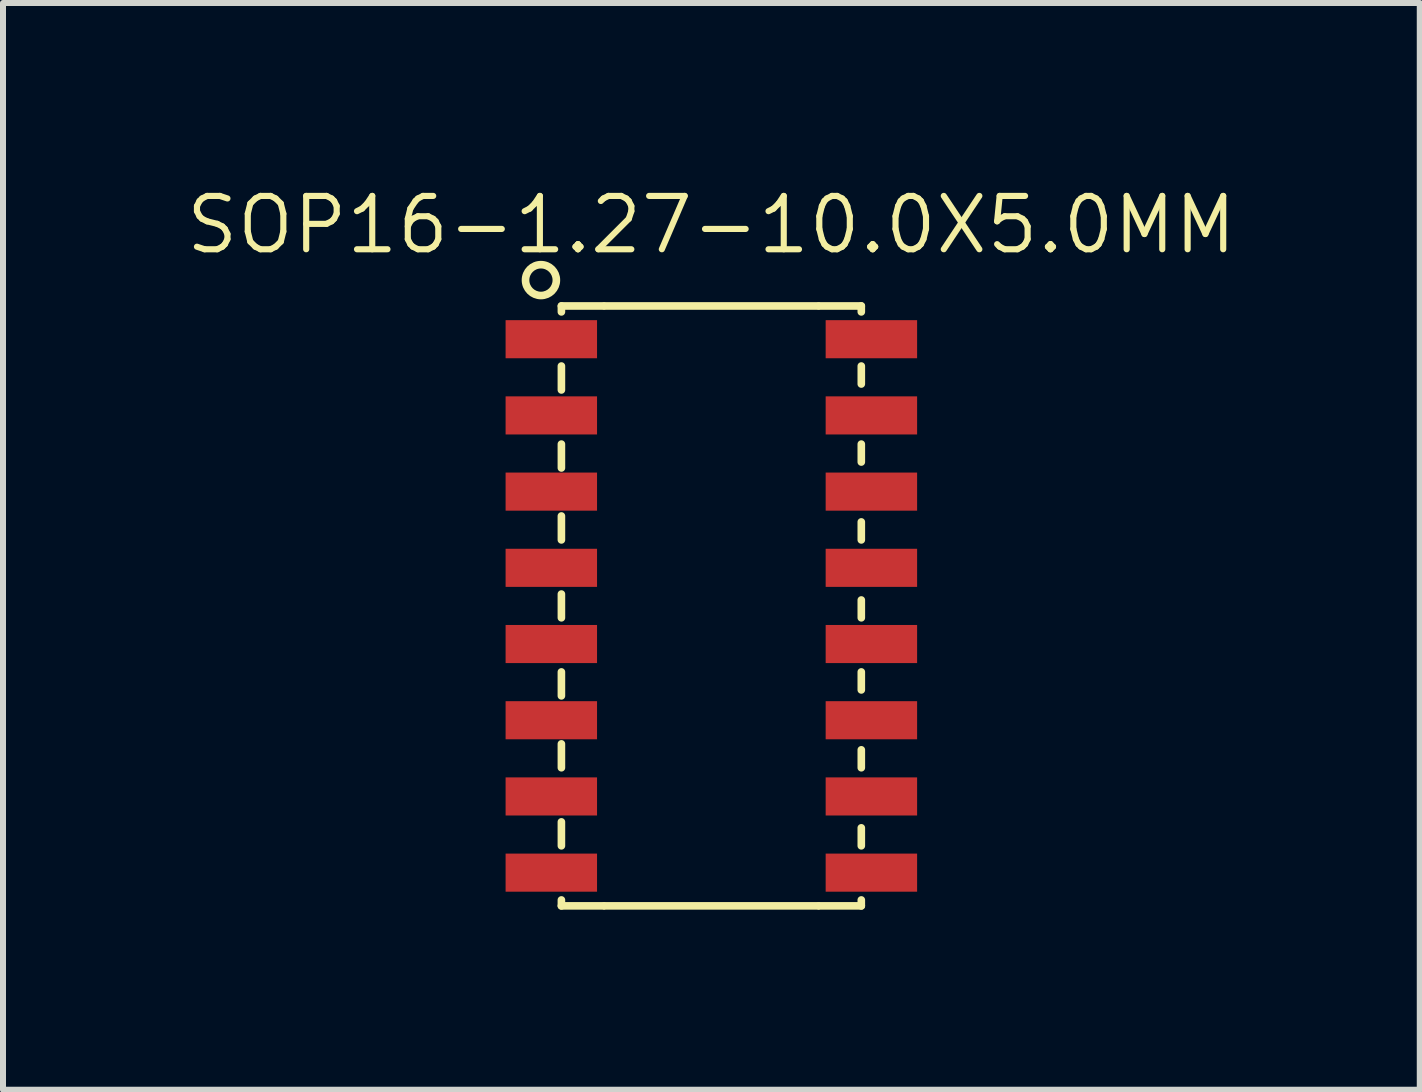
<source format=kicad_pcb>
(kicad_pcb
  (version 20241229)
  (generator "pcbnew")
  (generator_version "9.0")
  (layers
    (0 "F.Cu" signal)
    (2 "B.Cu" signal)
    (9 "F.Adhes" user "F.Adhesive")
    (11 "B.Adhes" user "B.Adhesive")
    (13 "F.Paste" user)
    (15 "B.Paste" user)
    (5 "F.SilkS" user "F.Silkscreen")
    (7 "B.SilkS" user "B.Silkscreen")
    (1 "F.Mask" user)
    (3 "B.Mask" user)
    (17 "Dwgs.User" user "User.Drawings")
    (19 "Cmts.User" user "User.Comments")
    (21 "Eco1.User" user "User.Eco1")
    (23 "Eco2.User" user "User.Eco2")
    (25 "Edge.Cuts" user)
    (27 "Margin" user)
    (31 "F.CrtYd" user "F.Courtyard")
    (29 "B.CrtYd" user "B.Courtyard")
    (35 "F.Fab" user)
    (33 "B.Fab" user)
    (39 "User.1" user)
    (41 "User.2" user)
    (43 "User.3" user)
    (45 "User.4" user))
  (footprint "SOP16-1.27-10.0X5.0MM"
    (layer "F.Cu")
    (at 8.805 7.048)
    (property "Reference" "SOP16-1.27-10.0X5.0MM" (at 0 -6.35 0) (layer "F.SilkS") (effects (font (size 0.889 0.889) (thickness 0.102))))
    (attr smd)
    (fp_line (start -2.499 -4.999) (end -2.499 -4.9) (stroke (width 0.127) (type solid)) (layer "F.SilkS"))
    (fp_line (start -2.499 -3.998) (end -2.499 -3.599) (stroke (width 0.127) (type solid)) (layer "F.SilkS"))
    (fp_line (start -2.499 -2.697) (end -2.499 -2.299) (stroke (width 0.127) (type solid)) (layer "F.SilkS"))
    (fp_line (start -2.499 -1.499) (end -2.499 -1.1) (stroke (width 0.127) (type solid)) (layer "F.SilkS"))
    (fp_line (start -2.499 -0.198) (end -2.499 0.198) (stroke (width 0.127) (type solid)) (layer "F.SilkS"))
    (fp_line (start -2.499 1.1) (end -2.499 1.499) (stroke (width 0.127) (type solid)) (layer "F.SilkS"))
    (fp_line (start -2.499 2.299) (end -2.499 2.697) (stroke (width 0.127) (type solid)) (layer "F.SilkS"))
    (fp_line (start -2.499 3.599) (end -2.499 3.998) (stroke (width 0.127) (type solid)) (layer "F.SilkS"))
    (fp_line (start -2.499 4.999) (end -2.499 4.9) (stroke (width 0.127) (type solid)) (layer "F.SilkS"))
    (fp_line (start -1.798 -4.999) (end -2.499 -4.999) (stroke (width 0.127) (type solid)) (layer "F.SilkS"))
    (fp_line (start -1.798 4.999) (end -2.499 4.999) (stroke (width 0.127) (type solid)) (layer "F.SilkS"))
    (fp_line (start 1.778 -4.999) (end -1.778 -4.999) (stroke (width 0.127) (type solid)) (layer "F.SilkS"))
    (fp_line (start 1.778 4.999) (end -1.778 4.999) (stroke (width 0.127) (type solid)) (layer "F.SilkS"))
    (fp_line (start 1.798 -4.999) (end 2.499 -4.999) (stroke (width 0.127) (type solid)) (layer "F.SilkS"))
    (fp_line (start 1.798 4.999) (end 2.499 4.999) (stroke (width 0.127) (type solid)) (layer "F.SilkS"))
    (fp_line (start 2.499 -4.999) (end 2.499 -4.9) (stroke (width 0.127) (type solid)) (layer "F.SilkS"))
    (fp_line (start 2.499 -3.698) (end 2.499 -3.998) (stroke (width 0.127) (type solid)) (layer "F.SilkS"))
    (fp_line (start 2.499 -2.398) (end 2.499 -2.697) (stroke (width 0.127) (type solid)) (layer "F.SilkS"))
    (fp_line (start 2.499 -1.1) (end 2.499 -1.4) (stroke (width 0.127) (type solid)) (layer "F.SilkS"))
    (fp_line (start 2.499 0.198) (end 2.499 -0.099) (stroke (width 0.127) (type solid)) (layer "F.SilkS"))
    (fp_line (start 2.499 1.4) (end 2.499 1.1) (stroke (width 0.127) (type solid)) (layer "F.SilkS"))
    (fp_line (start 2.499 2.697) (end 2.499 2.398) (stroke (width 0.127) (type solid)) (layer "F.SilkS"))
    (fp_line (start 2.499 3.998) (end 2.499 3.698) (stroke (width 0.127) (type solid)) (layer "F.SilkS"))
    (fp_line (start 2.499 4.999) (end 2.499 4.9) (stroke (width 0.127) (type solid)) (layer "F.SilkS"))
    (fp_circle (center -2.84 -5.43) (end -2.9 -5.18) (stroke (width 0.127) (type solid)) (fill no) (layer "F.SilkS"))
    (pad "1" smd rect (at -2.667 -4.445 270) (size 0.635 1.524) (layers "F.Cu" "F.Mask" "F.Paste"))
    (pad "2" smd rect (at -2.667 -3.175 270) (size 0.635 1.524) (layers "F.Cu" "F.Mask" "F.Paste"))
    (pad "3" smd rect (at -2.667 -1.905 270) (size 0.635 1.524) (layers "F.Cu" "F.Mask" "F.Paste"))
    (pad "4" smd rect (at -2.667 -0.635 270) (size 0.635 1.524) (layers "F.Cu" "F.Mask" "F.Paste"))
    (pad "5" smd rect (at -2.667 0.635 270) (size 0.635 1.524) (layers "F.Cu" "F.Mask" "F.Paste"))
    (pad "6" smd rect (at -2.667 1.905 270) (size 0.635 1.524) (layers "F.Cu" "F.Mask" "F.Paste"))
    (pad "7" smd rect (at -2.667 3.175 270) (size 0.635 1.524) (layers "F.Cu" "F.Mask" "F.Paste"))
    (pad "8" smd rect (at -2.667 4.445 270) (size 0.635 1.524) (layers "F.Cu" "F.Mask" "F.Paste"))
    (pad "9" smd rect (at 2.667 4.445 270) (size 0.635 1.524) (layers "F.Cu" "F.Mask" "F.Paste"))
    (pad "10" smd rect (at 2.667 3.175 270) (size 0.635 1.524) (layers "F.Cu" "F.Mask" "F.Paste"))
    (pad "11" smd rect (at 2.667 1.905 270) (size 0.635 1.524) (layers "F.Cu" "F.Mask" "F.Paste"))
    (pad "12" smd rect (at 2.667 0.635 270) (size 0.635 1.524) (layers "F.Cu" "F.Mask" "F.Paste"))
    (pad "13" smd rect (at 2.667 -0.635 270) (size 0.635 1.524) (layers "F.Cu" "F.Mask" "F.Paste"))
    (pad "14" smd rect (at 2.667 -1.905 270) (size 0.635 1.524) (layers "F.Cu" "F.Mask" "F.Paste"))
    (pad "15" smd rect (at 2.667 -3.175 270) (size 0.635 1.524) (layers "F.Cu" "F.Mask" "F.Paste"))
    (pad "16" smd rect (at 2.667 -4.445 270) (size 0.635 1.524) (layers "F.Cu" "F.Mask" "F.Paste")))
  (gr_rect
    (start -3 -3)
    (end 20.611 15.111)
    (stroke (width 0.1) (type default))
    (fill no)
    (layer "Edge.Cuts")))
</source>
